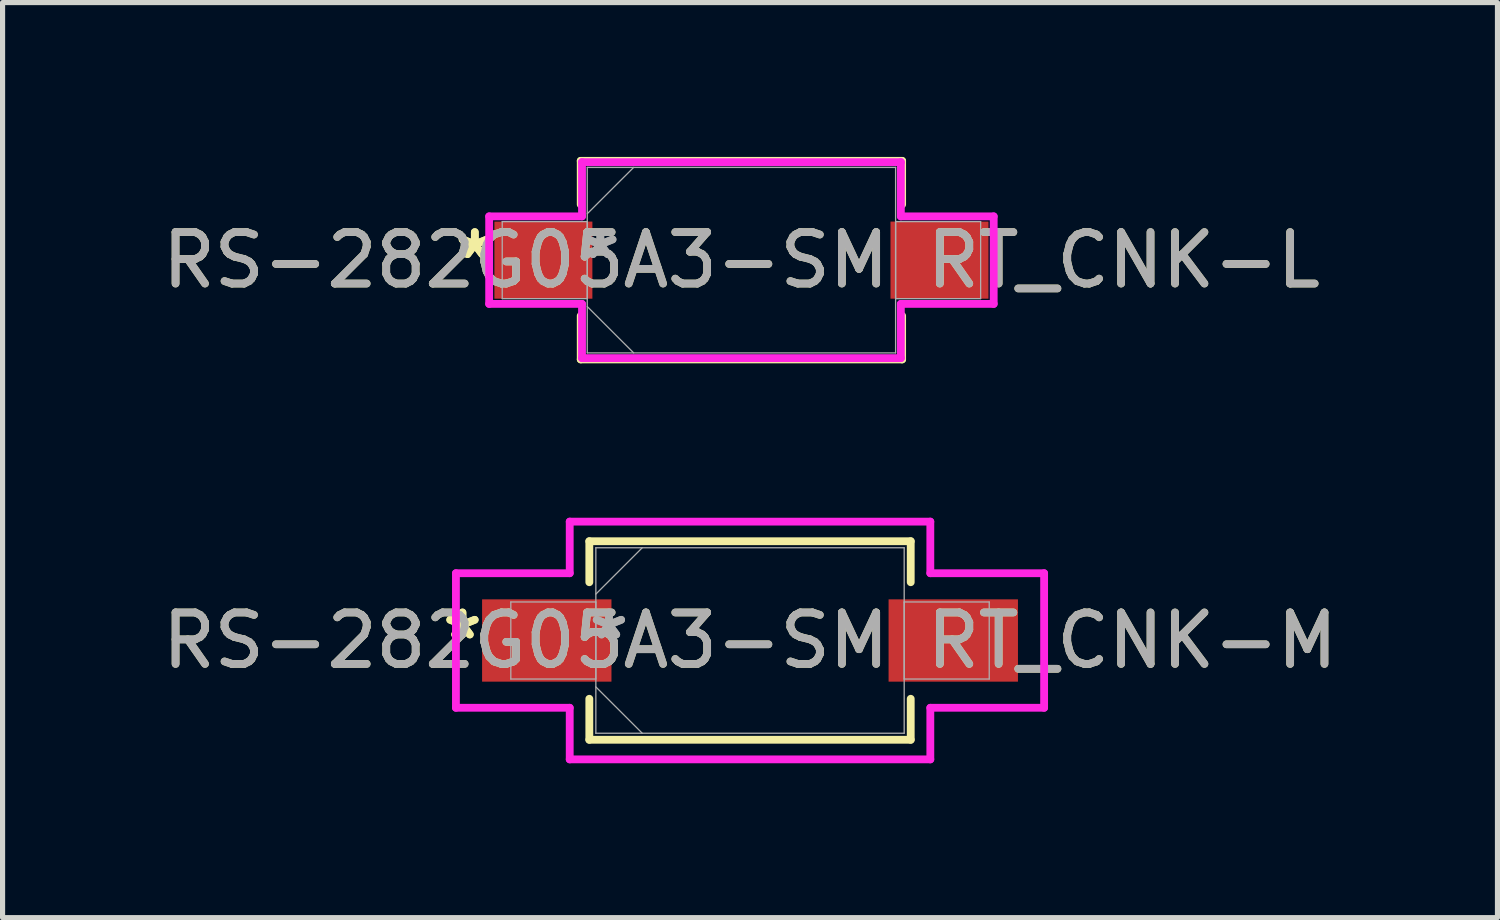
<source format=kicad_pcb>
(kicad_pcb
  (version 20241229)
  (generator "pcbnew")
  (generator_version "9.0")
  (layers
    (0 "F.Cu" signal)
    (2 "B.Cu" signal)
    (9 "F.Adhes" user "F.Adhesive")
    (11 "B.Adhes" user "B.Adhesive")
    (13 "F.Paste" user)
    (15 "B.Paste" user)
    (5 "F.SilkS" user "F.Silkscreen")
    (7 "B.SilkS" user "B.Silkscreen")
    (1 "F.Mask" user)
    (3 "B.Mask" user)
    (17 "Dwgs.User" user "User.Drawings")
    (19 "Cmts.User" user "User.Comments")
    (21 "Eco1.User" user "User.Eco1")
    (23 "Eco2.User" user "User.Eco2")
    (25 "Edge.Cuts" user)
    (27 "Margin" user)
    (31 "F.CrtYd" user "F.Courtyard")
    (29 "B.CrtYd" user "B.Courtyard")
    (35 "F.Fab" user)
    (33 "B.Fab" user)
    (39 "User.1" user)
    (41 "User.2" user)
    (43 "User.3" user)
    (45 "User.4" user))
  (footprint "RS-282G05A3-SM RT_CNK-M"
    (layer "F.Cu")
    (at 11.53 9.401)
    (property "Reference" "RS-282G05A3-SM RT_CNK-M" (at 0 0 0) (unlocked yes) (layer "F.SilkS") (effects (font (size 1 1) (thickness 0.15))))
    (attr smd)
    (fp_line (start -3.124 -1.93) (end -3.124 -1.133) (stroke (width 0.152) (type solid)) (layer "F.SilkS"))
    (fp_line (start -3.124 1.133) (end -3.124 1.93) (stroke (width 0.152) (type solid)) (layer "F.SilkS"))
    (fp_line (start -3.124 1.93) (end 3.124 1.93) (stroke (width 0.152) (type solid)) (layer "F.SilkS"))
    (fp_line (start 3.124 -1.93) (end -3.124 -1.93) (stroke (width 0.152) (type solid)) (layer "F.SilkS"))
    (fp_line (start 3.124 -1.133) (end 3.124 -1.93) (stroke (width 0.152) (type solid)) (layer "F.SilkS"))
    (fp_line (start 3.124 1.93) (end 3.124 1.133) (stroke (width 0.152) (type solid)) (layer "F.SilkS"))
    (fp_line (start -5.717 -1.308) (end -3.505 -1.308) (stroke (width 0.152) (type solid)) (layer "F.CrtYd"))
    (fp_line (start -5.717 1.308) (end -5.717 -1.308) (stroke (width 0.152) (type solid)) (layer "F.CrtYd"))
    (fp_line (start -3.505 -2.311) (end 3.505 -2.311) (stroke (width 0.152) (type solid)) (layer "F.CrtYd"))
    (fp_line (start -3.505 -1.308) (end -3.505 -2.311) (stroke (width 0.152) (type solid)) (layer "F.CrtYd"))
    (fp_line (start -3.505 1.308) (end -5.717 1.308) (stroke (width 0.152) (type solid)) (layer "F.CrtYd"))
    (fp_line (start -3.505 2.311) (end -3.505 1.308) (stroke (width 0.152) (type solid)) (layer "F.CrtYd"))
    (fp_line (start 3.505 -2.311) (end 3.505 -1.308) (stroke (width 0.152) (type solid)) (layer "F.CrtYd"))
    (fp_line (start 3.505 -1.308) (end 5.717 -1.308) (stroke (width 0.152) (type solid)) (layer "F.CrtYd"))
    (fp_line (start 3.505 1.308) (end 3.505 2.311) (stroke (width 0.152) (type solid)) (layer "F.CrtYd"))
    (fp_line (start 3.505 2.311) (end -3.505 2.311) (stroke (width 0.152) (type solid)) (layer "F.CrtYd"))
    (fp_line (start 5.717 -1.308) (end 5.717 1.308) (stroke (width 0.152) (type solid)) (layer "F.CrtYd"))
    (fp_line (start 5.717 1.308) (end 3.505 1.308) (stroke (width 0.152) (type solid)) (layer "F.CrtYd"))
    (fp_line (start -4.65 -0.749) (end -4.65 0.749) (stroke (width 0.025) (type solid)) (layer "F.Fab"))
    (fp_line (start -4.65 0.749) (end -2.997 0.749) (stroke (width 0.025) (type solid)) (layer "F.Fab"))
    (fp_line (start -2.997 -1.803) (end -2.997 1.803) (stroke (width 0.025) (type solid)) (layer "F.Fab"))
    (fp_line (start -2.997 -0.902) (end -2.095 -1.803) (stroke (width 0.025) (type solid)) (layer "F.Fab"))
    (fp_line (start -2.997 -0.749) (end -4.65 -0.749) (stroke (width 0.025) (type solid)) (layer "F.Fab"))
    (fp_line (start -2.997 0.749) (end -2.997 -0.749) (stroke (width 0.025) (type solid)) (layer "F.Fab"))
    (fp_line (start -2.997 0.902) (end -2.095 1.803) (stroke (width 0.025) (type solid)) (layer "F.Fab"))
    (fp_line (start -2.997 1.803) (end 2.997 1.803) (stroke (width 0.025) (type solid)) (layer "F.Fab"))
    (fp_line (start 2.997 -1.803) (end -2.997 -1.803) (stroke (width 0.025) (type solid)) (layer "F.Fab"))
    (fp_line (start 2.997 -0.749) (end 2.997 0.749) (stroke (width 0.025) (type solid)) (layer "F.Fab"))
    (fp_line (start 2.997 0.749) (end 4.65 0.749) (stroke (width 0.025) (type solid)) (layer "F.Fab"))
    (fp_line (start 2.997 1.803) (end 2.997 -1.803) (stroke (width 0.025) (type solid)) (layer "F.Fab"))
    (fp_line (start 4.65 -0.749) (end 2.997 -0.749) (stroke (width 0.025) (type solid)) (layer "F.Fab"))
    (fp_line (start 4.65 0.749) (end 4.65 -0.749) (stroke (width 0.025) (type solid)) (layer "F.Fab"))
    (fp_text user "*" (at -5.59 0 0) (unlocked yes) (layer "F.SilkS") (effects (font (size 1 1) (thickness 0.15))))
    (fp_text user "*" (at -5.59 0 0) (layer "F.SilkS") (effects (font (size 1 1) (thickness 0.15))))
    (fp_text user "*" (at -2.743 0 0) (unlocked yes) (layer "F.Fab") (effects (font (size 1 1) (thickness 0.15))))
    (fp_text user "${REFERENCE}" (at 0 0 0) (unlocked yes) (layer "F.Fab") (effects (font (size 1 1) (thickness 0.15))))
    (fp_text user "*" (at -2.743 0 0) (layer "F.Fab") (effects (font (size 1 1) (thickness 0.15))))
    (pad "1" smd rect (at -3.951 0) (size 2.515 1.6) (layers "F.Cu" "F.Mask" "F.Paste"))
    (pad "2" smd rect (at 3.951 0) (size 2.515 1.6) (layers "F.Cu" "F.Mask" "F.Paste")))
  (footprint "RS-282G05A3-SM RT_CNK-L"
    (layer "F.Cu")
    (at 11.363 2.007)
    (property "Reference" "RS-282G05A3-SM RT_CNK-L" (at 0 0 0) (unlocked yes) (layer "F.SilkS") (effects (font (size 1 1) (thickness 0.15))))
    (attr smd)
    (fp_line (start -3.124 -1.93) (end -3.124 -1.082) (stroke (width 0.152) (type solid)) (layer "F.SilkS"))
    (fp_line (start -3.124 1.082) (end -3.124 1.93) (stroke (width 0.152) (type solid)) (layer "F.SilkS"))
    (fp_line (start -3.124 1.93) (end 3.124 1.93) (stroke (width 0.152) (type solid)) (layer "F.SilkS"))
    (fp_line (start 3.124 -1.93) (end -3.124 -1.93) (stroke (width 0.152) (type solid)) (layer "F.SilkS"))
    (fp_line (start 3.124 -1.082) (end 3.124 -1.93) (stroke (width 0.152) (type solid)) (layer "F.SilkS"))
    (fp_line (start 3.124 1.93) (end 3.124 1.082) (stroke (width 0.152) (type solid)) (layer "F.SilkS"))
    (fp_line (start -4.904 -0.851) (end -3.099 -0.851) (stroke (width 0.152) (type solid)) (layer "F.CrtYd"))
    (fp_line (start -4.904 0.851) (end -4.904 -0.851) (stroke (width 0.152) (type solid)) (layer "F.CrtYd"))
    (fp_line (start -3.099 -1.905) (end 3.099 -1.905) (stroke (width 0.152) (type solid)) (layer "F.CrtYd"))
    (fp_line (start -3.099 -0.851) (end -3.099 -1.905) (stroke (width 0.152) (type solid)) (layer "F.CrtYd"))
    (fp_line (start -3.099 0.851) (end -4.904 0.851) (stroke (width 0.152) (type solid)) (layer "F.CrtYd"))
    (fp_line (start -3.099 1.905) (end -3.099 0.851) (stroke (width 0.152) (type solid)) (layer "F.CrtYd"))
    (fp_line (start 3.099 -1.905) (end 3.099 -0.851) (stroke (width 0.152) (type solid)) (layer "F.CrtYd"))
    (fp_line (start 3.099 -0.851) (end 4.904 -0.851) (stroke (width 0.152) (type solid)) (layer "F.CrtYd"))
    (fp_line (start 3.099 0.851) (end 3.099 1.905) (stroke (width 0.152) (type solid)) (layer "F.CrtYd"))
    (fp_line (start 3.099 1.905) (end -3.099 1.905) (stroke (width 0.152) (type solid)) (layer "F.CrtYd"))
    (fp_line (start 4.904 -0.851) (end 4.904 0.851) (stroke (width 0.152) (type solid)) (layer "F.CrtYd"))
    (fp_line (start 4.904 0.851) (end 3.099 0.851) (stroke (width 0.152) (type solid)) (layer "F.CrtYd"))
    (fp_line (start -4.65 -0.749) (end -4.65 0.749) (stroke (width 0.025) (type solid)) (layer "F.Fab"))
    (fp_line (start -4.65 0.749) (end -2.997 0.749) (stroke (width 0.025) (type solid)) (layer "F.Fab"))
    (fp_line (start -2.997 -1.803) (end -2.997 1.803) (stroke (width 0.025) (type solid)) (layer "F.Fab"))
    (fp_line (start -2.997 -0.902) (end -2.095 -1.803) (stroke (width 0.025) (type solid)) (layer "F.Fab"))
    (fp_line (start -2.997 -0.749) (end -4.65 -0.749) (stroke (width 0.025) (type solid)) (layer "F.Fab"))
    (fp_line (start -2.997 0.749) (end -2.997 -0.749) (stroke (width 0.025) (type solid)) (layer "F.Fab"))
    (fp_line (start -2.997 0.902) (end -2.095 1.803) (stroke (width 0.025) (type solid)) (layer "F.Fab"))
    (fp_line (start -2.997 1.803) (end 2.997 1.803) (stroke (width 0.025) (type solid)) (layer "F.Fab"))
    (fp_line (start 2.997 -1.803) (end -2.997 -1.803) (stroke (width 0.025) (type solid)) (layer "F.Fab"))
    (fp_line (start 2.997 -0.749) (end 2.997 0.749) (stroke (width 0.025) (type solid)) (layer "F.Fab"))
    (fp_line (start 2.997 0.749) (end 4.65 0.749) (stroke (width 0.025) (type solid)) (layer "F.Fab"))
    (fp_line (start 2.997 1.803) (end 2.997 -1.803) (stroke (width 0.025) (type solid)) (layer "F.Fab"))
    (fp_line (start 4.65 -0.749) (end 2.997 -0.749) (stroke (width 0.025) (type solid)) (layer "F.Fab"))
    (fp_line (start 4.65 0.749) (end 4.65 -0.749) (stroke (width 0.025) (type solid)) (layer "F.Fab"))
    (fp_text user "*" (at -5.183 0 0) (layer "F.SilkS") (effects (font (size 1 1) (thickness 0.15))))
    (fp_text user "*" (at -5.183 0 0) (unlocked yes) (layer "F.SilkS") (effects (font (size 1 1) (thickness 0.15))))
    (fp_text user "*" (at -2.743 0 0) (unlocked yes) (layer "F.Fab") (effects (font (size 1 1) (thickness 0.15))))
    (fp_text user "${REFERENCE}" (at 0 0 0) (unlocked yes) (layer "F.Fab") (effects (font (size 1 1) (thickness 0.15))))
    (fp_text user "*" (at -2.743 0 0) (layer "F.Fab") (effects (font (size 1 1) (thickness 0.15))))
    (pad "1" smd rect (at -3.85 0) (size 1.905 1.499) (layers "F.Cu" "F.Mask" "F.Paste"))
    (pad "2" smd rect (at 3.85 0) (size 1.905 1.499) (layers "F.Cu" "F.Mask" "F.Paste")))
  (gr_rect
    (start -3 -3)
    (end 26.06 14.788)
    (stroke (width 0.1) (type default))
    (fill no)
    (layer "Edge.Cuts")))
</source>
